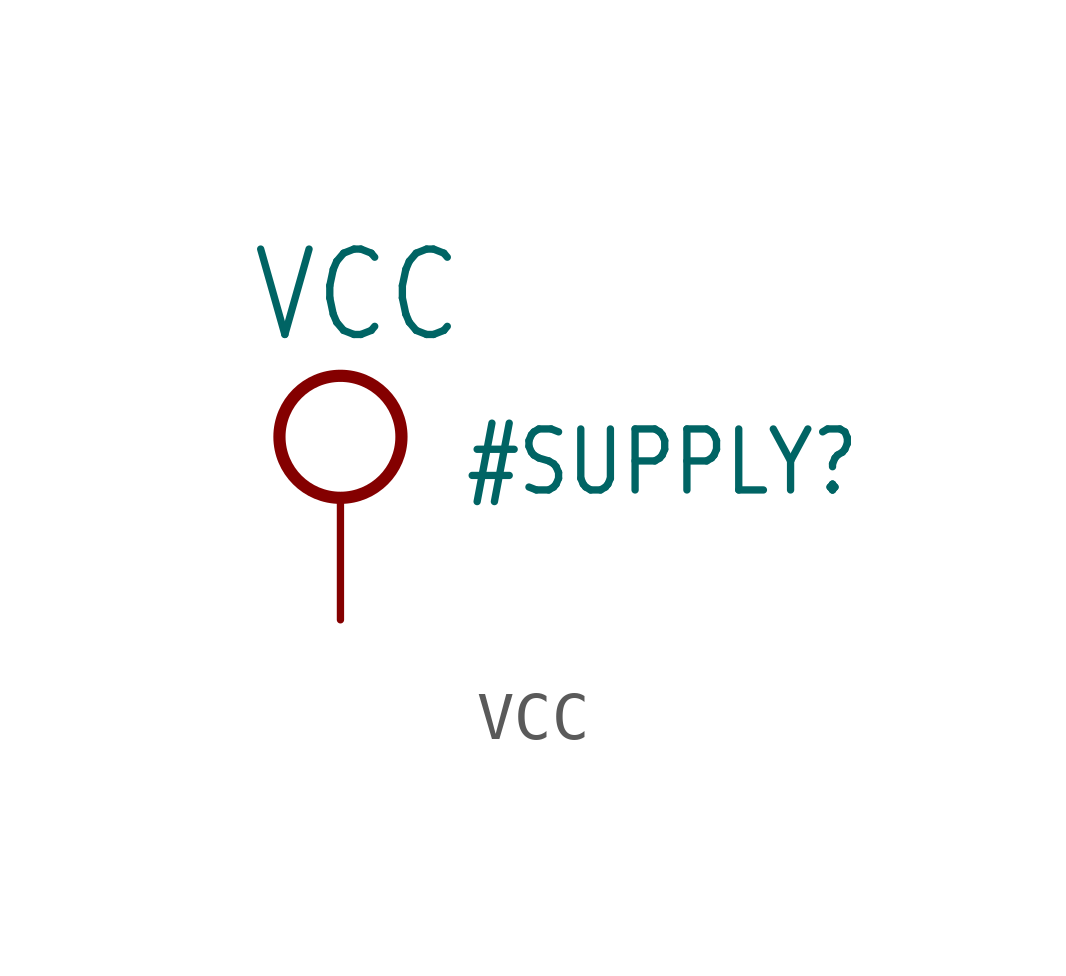
<source format=kicad_sym>
(kicad_symbol_lib
  (version 20211014)
  (generator kicad_symbol_editor)
  (symbol "VCC"
    (power)
    (property "Reference" "#SUPPLY"
      (at 2.54 0 0)
      (effects (font (size 1.27 1.079)) (justify left bottom)))
    (property "Value" "VCC"
      (at -1.905 3.175 0)
      (effects (font (size 1.778 1.511)) (justify left bottom)))
    (property "ki_locked" ""
      (at 0 0 0)
      (effects (font (size 1.27 1.27))))
    (symbol "VCC_1_0"
      (circle (center 0 1.27) (radius 1.27) (stroke (width 0.254) (type default) (color 0 0 0 0)) (fill (type none)))
      (pin power_in line (at 0 -2.54 90) (length 2.54) (name "VCC" (effects (font (size 0 0)))) (number "1" (effects (font (size 0 0))))))))
</source>
